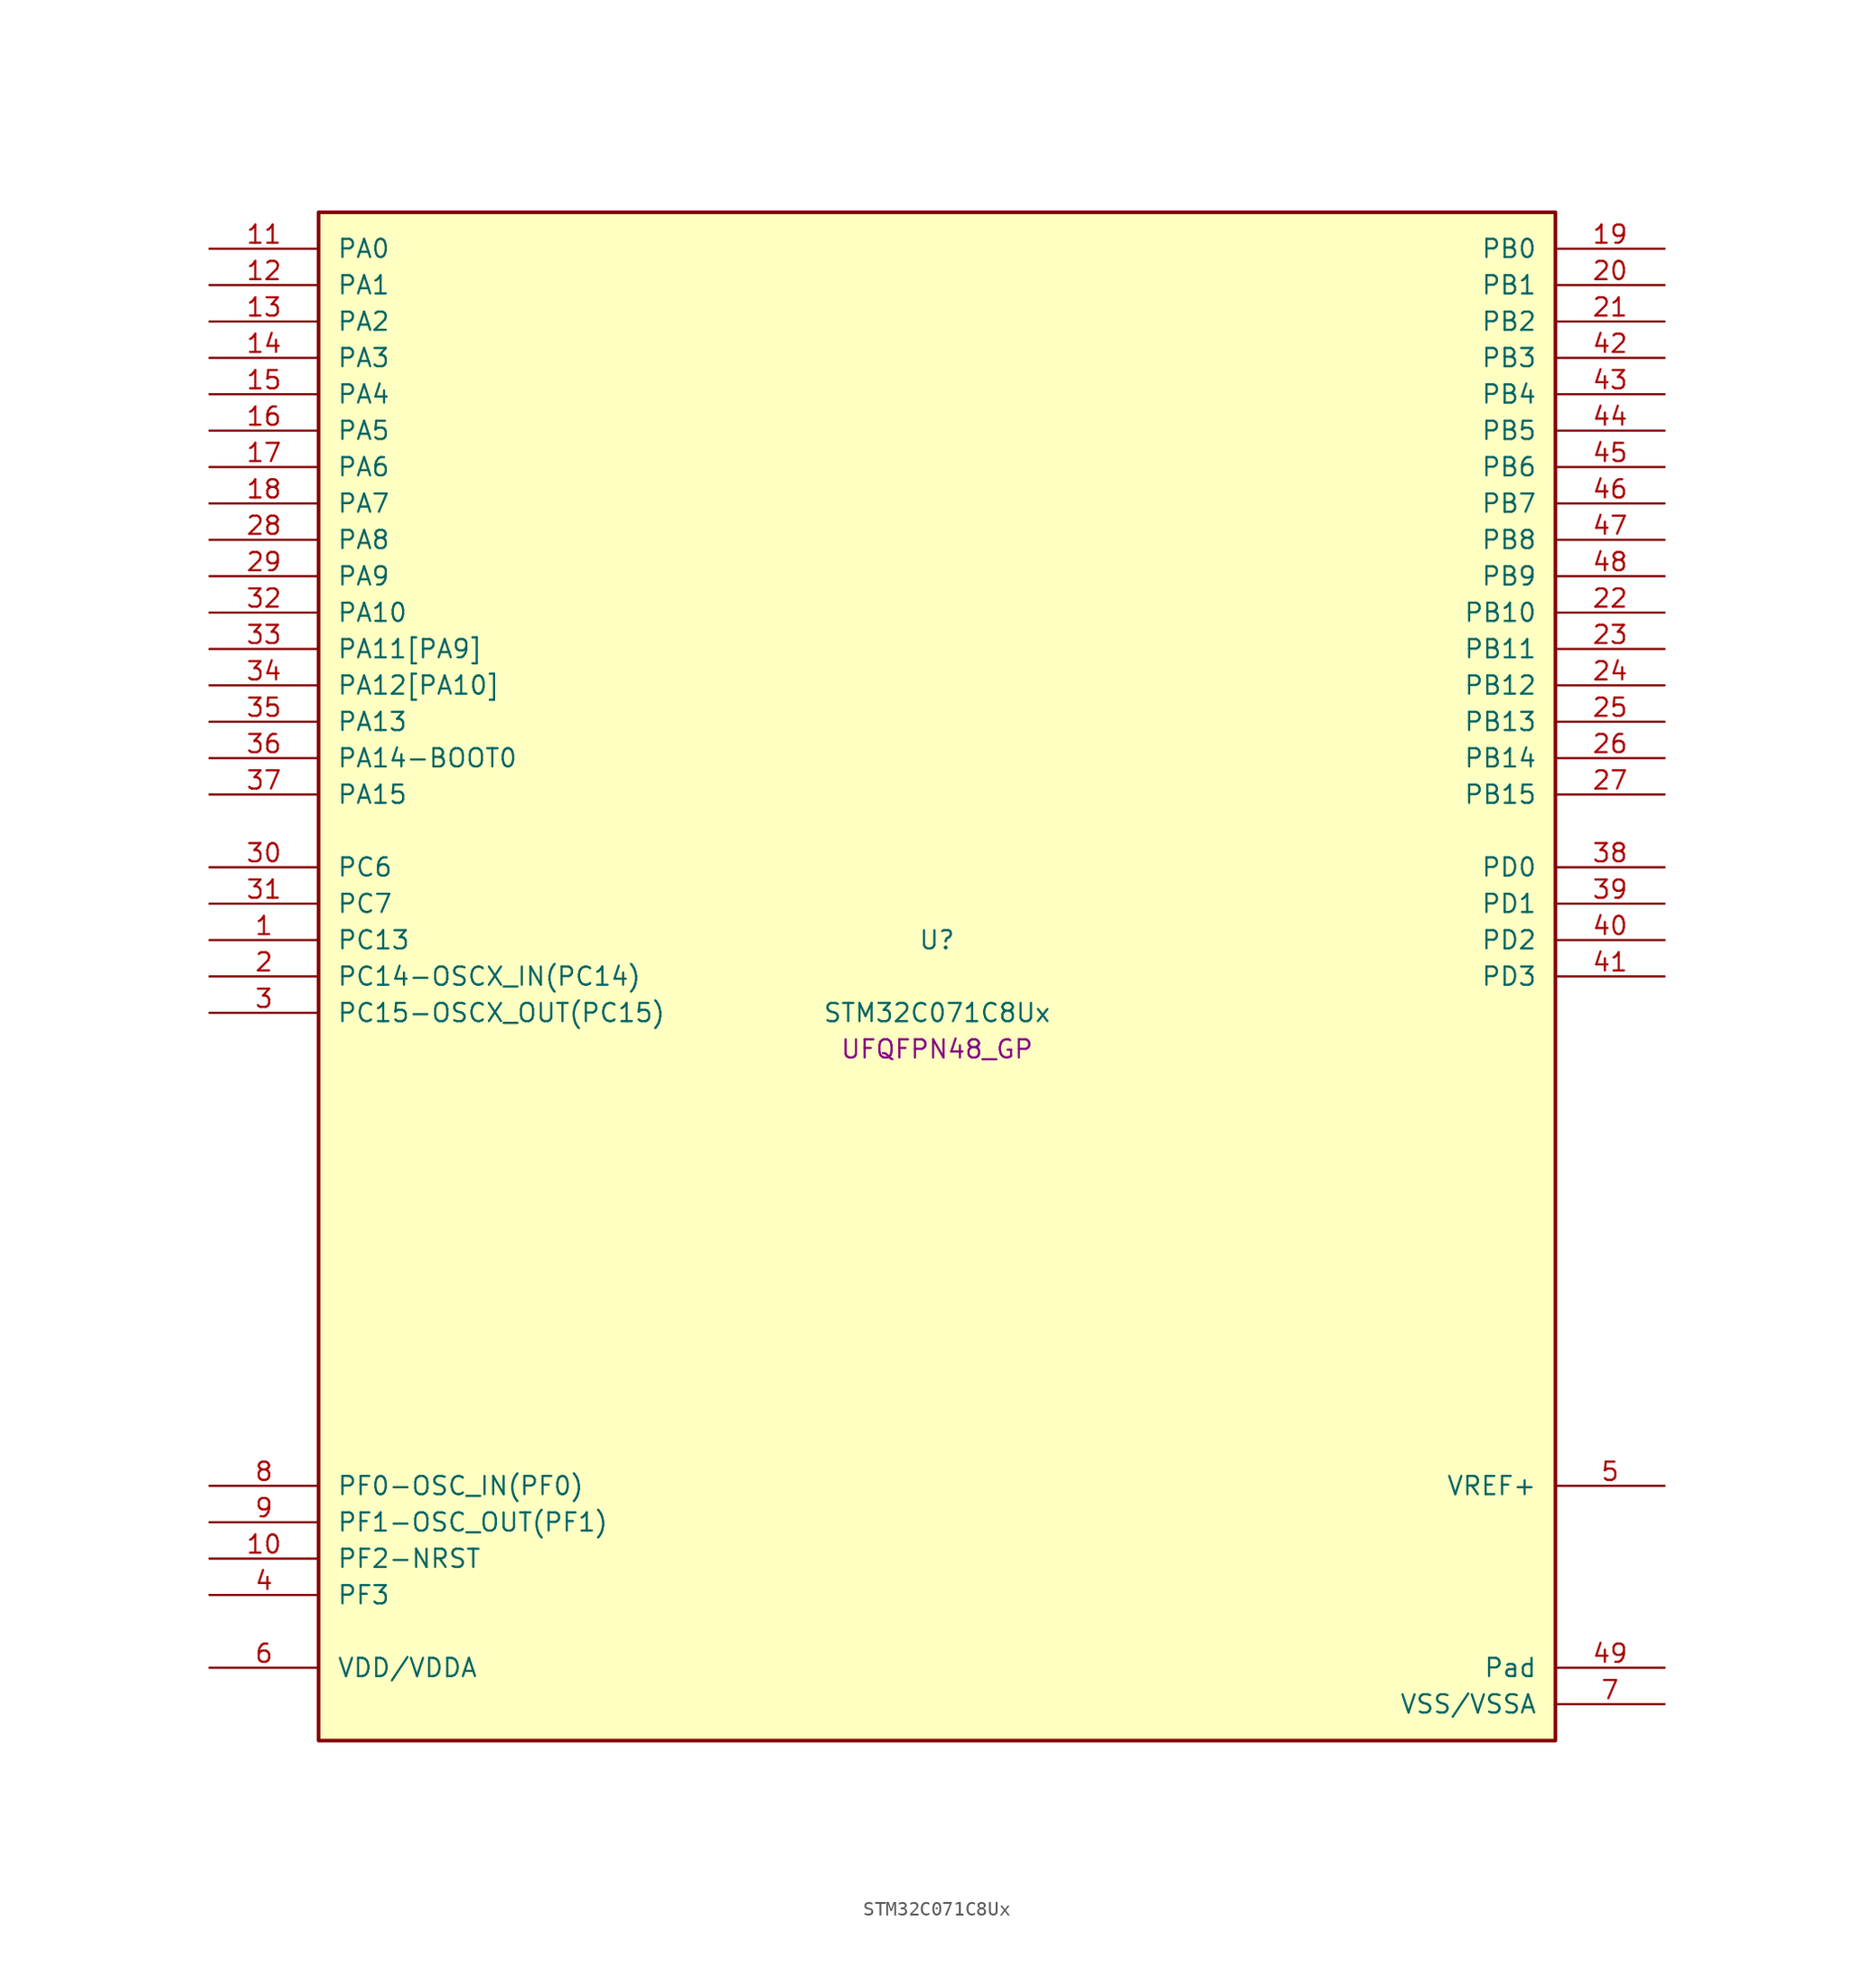
<source format=kicad_sym>
(kicad_symbol_lib
  (version 20241209)
  (generator "stm32_pkl_generator")
  (generator_version "1.0")
  (symbol "STM32C071C8Ux"
    (pin_names
      (offset 1.27))
    (property "Reference" "U"
      (at 0 2.54 0))
    (property "Value" "STM32C071C8Ux"
      (at 0 -2.54 0))
    (property "Footprint" "UFQFPN48_GP"
      (at 0 -5.08 0))
    (symbol "STM32C071C8Ux_1_1"
      (rectangle (start -43.18 53.34) (end 43.18 -53.34) (stroke (width 0.254) (type solid)) (fill (type background)))
      (pin bidirectional line (at -50.8 50.8 0) (length 7.62) (name "PA0") (number "11") (alternate "PA0/ADC1_IN0" bidirectional line) (alternate "PA0/PWR_WKUP1" bidirectional line) (alternate "PA0/SPI2_SCK" bidirectional line) (alternate "PA0/TIM16_CH1" bidirectional line) (alternate "PA0/TIM1_CH1" bidirectional line) (alternate "PA0/TIM2_CH1" bidirectional line) (alternate "PA0/TIM2_ETR" bidirectional line) (alternate "PA0/USART1_TX" bidirectional line) (alternate "PA0/USART2_CTS" bidirectional line) (alternate "PA0/USART2_NSS" bidirectional line))
      (pin bidirectional line (at -50.8 48.26 0) (length 7.62) (name "PA1") (number "12") (alternate "PA1/ADC1_IN1" bidirectional line) (alternate "PA1/I2C1_SMBA" bidirectional line) (alternate "PA1/I2S1_CK" bidirectional line) (alternate "PA1/SPI1_SCK" bidirectional line) (alternate "PA1/TIM17_CH1" bidirectional line) (alternate "PA1/TIM1_CH2" bidirectional line) (alternate "PA1/TIM2_CH2" bidirectional line) (alternate "PA1/USART1_RX" bidirectional line) (alternate "PA1/USART2_CK" bidirectional line) (alternate "PA1/USART2_DE" bidirectional line) (alternate "PA1/USART2_RTS" bidirectional line))
      (pin bidirectional line (at -50.8 45.72 0) (length 7.62) (name "PA2") (number "13") (alternate "PA2/ADC1_IN2" bidirectional line) (alternate "PA2/I2S1_SD" bidirectional line) (alternate "PA2/PWR_WKUP4" bidirectional line) (alternate "PA2/RCC_LSCO" bidirectional line) (alternate "PA2/SPI1_MOSI" bidirectional line) (alternate "PA2/TIM16_CH1N" bidirectional line) (alternate "PA2/TIM1_CH3" bidirectional line) (alternate "PA2/TIM2_CH3" bidirectional line) (alternate "PA2/TIM3_ETR" bidirectional line) (alternate "PA2/USART2_TX" bidirectional line))
      (pin bidirectional line (at -50.8 43.18 0) (length 7.62) (name "PA3") (number "14") (alternate "PA3/ADC1_IN3" bidirectional line) (alternate "PA3/SPI2_MISO" bidirectional line) (alternate "PA3/TIM1_CH1N" bidirectional line) (alternate "PA3/TIM1_CH4" bidirectional line) (alternate "PA3/TIM2_CH4" bidirectional line) (alternate "PA3/USART2_RX" bidirectional line))
      (pin bidirectional line (at -50.8 40.64 0) (length 7.62) (name "PA4") (number "15") (alternate "PA4/ADC1_IN4" bidirectional line) (alternate "PA4/I2S1_WS" bidirectional line) (alternate "PA4/RTC_OUT2" bidirectional line) (alternate "PA4/SPI1_NSS" bidirectional line) (alternate "PA4/SPI2_MOSI" bidirectional line) (alternate "PA4/TIM14_CH1" bidirectional line) (alternate "PA4/TIM17_CH1N" bidirectional line) (alternate "PA4/TIM1_CH2N" bidirectional line) (alternate "PA4/USART2_TX" bidirectional line) (alternate "PA4/USB_NOE" bidirectional line))
      (pin bidirectional line (at -50.8 38.1 0) (length 7.62) (name "PA5") (number "16") (alternate "PA5/ADC1_IN5" bidirectional line) (alternate "PA5/I2S1_CK" bidirectional line) (alternate "PA5/SPI1_SCK" bidirectional line) (alternate "PA5/TIM1_CH1" bidirectional line) (alternate "PA5/TIM1_CH3N" bidirectional line) (alternate "PA5/TIM2_CH1" bidirectional line) (alternate "PA5/TIM2_ETR" bidirectional line) (alternate "PA5/USART2_RX" bidirectional line))
      (pin bidirectional line (at -50.8 35.56 0) (length 7.62) (name "PA6") (number "17") (alternate "PA6/ADC1_IN6" bidirectional line) (alternate "PA6/I2C2_SDA" bidirectional line) (alternate "PA6/I2S1_MCK" bidirectional line) (alternate "PA6/SPI1_MISO" bidirectional line) (alternate "PA6/TIM16_CH1" bidirectional line) (alternate "PA6/TIM1_BKIN" bidirectional line) (alternate "PA6/TIM3_CH1" bidirectional line))
      (pin bidirectional line (at -50.8 33.02 0) (length 7.62) (name "PA7") (number "18") (alternate "PA7/ADC1_IN7" bidirectional line) (alternate "PA7/I2C2_SCL" bidirectional line) (alternate "PA7/I2S1_SD" bidirectional line) (alternate "PA7/SPI1_MOSI" bidirectional line) (alternate "PA7/TIM14_CH1" bidirectional line) (alternate "PA7/TIM17_CH1" bidirectional line) (alternate "PA7/TIM1_CH1N" bidirectional line) (alternate "PA7/TIM3_CH2" bidirectional line))
      (pin bidirectional line (at -50.8 30.48 0) (length 7.62) (name "PA8") (number "28") (alternate "PA8/ADC1_IN8" bidirectional line) (alternate "PA8/CRS_SYNC" bidirectional line) (alternate "PA8/I2S1_WS" bidirectional line) (alternate "PA8/RCC_MCO" bidirectional line) (alternate "PA8/RCC_MCO_2" bidirectional line) (alternate "PA8/SPI1_NSS" bidirectional line) (alternate "PA8/SPI2_MISO" bidirectional line) (alternate "PA8/SPI2_NSS" bidirectional line) (alternate "PA8/TIM14_CH1" bidirectional line) (alternate "PA8/TIM1_CH1" bidirectional line) (alternate "PA8/TIM1_CH2N" bidirectional line) (alternate "PA8/TIM1_CH3N" bidirectional line) (alternate "PA8/TIM3_CH3" bidirectional line) (alternate "PA8/TIM3_CH4" bidirectional line) (alternate "PA8/USART1_RX" bidirectional line) (alternate "PA8/USART2_TX" bidirectional line))
      (pin bidirectional line (at -50.8 27.94 0) (length 7.62) (name "PA9") (number "29") (alternate "PA9/I2C1_SCL" bidirectional line) (alternate "PA9/I2C2_SCL" bidirectional line) (alternate "PA9/RCC_MCO" bidirectional line) (alternate "PA9/SPI2_MISO" bidirectional line) (alternate "PA9/TIM1_CH2" bidirectional line) (alternate "PA9/TIM3_ETR" bidirectional line) (alternate "PA9/USART1_TX" bidirectional line) (alternate "PA9/NC" bidirectional line))
      (pin bidirectional line (at -50.8 25.4 0) (length 7.62) (name "PA10") (number "32") (alternate "PA10/I2C1_SDA" bidirectional line) (alternate "PA10/I2C2_SDA" bidirectional line) (alternate "PA10/RCC_MCO_2" bidirectional line) (alternate "PA10/SPI2_MOSI" bidirectional line) (alternate "PA10/TIM17_BKIN" bidirectional line) (alternate "PA10/TIM1_CH3" bidirectional line) (alternate "PA10/USART1_RX" bidirectional line) (alternate "PA10/NC" bidirectional line))
      (pin bidirectional line (at -50.8 22.86 0) (length 7.62) (name "PA11[PA9]") (number "33") (alternate "PA11[PA9]/ADC1_EXTI11" bidirectional line) (alternate "PA11[PA9]/I2C2_SCL" bidirectional line) (alternate "PA11[PA9]/I2S1_MCK" bidirectional line) (alternate "PA11[PA9]/SPI1_MISO" bidirectional line) (alternate "PA11[PA9]/TIM1_BKIN2" bidirectional line) (alternate "PA11[PA9]/TIM1_CH4" bidirectional line) (alternate "PA11[PA9]/USART1_CTS" bidirectional line) (alternate "PA11[PA9]/USART1_NSS" bidirectional line) (alternate "PA11[PA9]/USB_DM" bidirectional line) (alternate "PA11[PA9]/PA9[PA11]" bidirectional line) (alternate "PA11[PA9]/I2C1_SCL" bidirectional line) (alternate "PA11[PA9]/RCC_MCO" bidirectional line) (alternate "PA11[PA9]/SPI2_MISO" bidirectional line) (alternate "PA11[PA9]/TIM1_CH2" bidirectional line) (alternate "PA11[PA9]/TIM3_ETR" bidirectional line) (alternate "PA11[PA9]/USART1_TX" bidirectional line))
      (pin bidirectional line (at -50.8 20.32 0) (length 7.62) (name "PA12[PA10]") (number "34") (alternate "PA12[PA10]/I2C2_SDA" bidirectional line) (alternate "PA12[PA10]/I2S1_SD" bidirectional line) (alternate "PA12[PA10]/I2S_CKIN" bidirectional line) (alternate "PA12[PA10]/SPI1_MOSI" bidirectional line) (alternate "PA12[PA10]/TIM1_ETR" bidirectional line) (alternate "PA12[PA10]/USART1_CK" bidirectional line) (alternate "PA12[PA10]/USART1_DE" bidirectional line) (alternate "PA12[PA10]/USART1_RTS" bidirectional line) (alternate "PA12[PA10]/USB_DP" bidirectional line) (alternate "PA12[PA10]/PA10[PA12]" bidirectional line) (alternate "PA12[PA10]/I2C1_SDA" bidirectional line) (alternate "PA12[PA10]/RCC_MCO_2" bidirectional line) (alternate "PA12[PA10]/SPI2_MOSI" bidirectional line) (alternate "PA12[PA10]/TIM17_BKIN" bidirectional line) (alternate "PA12[PA10]/TIM1_CH3" bidirectional line) (alternate "PA12[PA10]/USART1_RX" bidirectional line))
      (pin bidirectional line (at -50.8 17.78 0) (length 7.62) (name "PA13") (number "35") (alternate "PA13/ADC1_IN13" bidirectional line) (alternate "PA13/DEBUG_SWDIO" bidirectional line) (alternate "PA13/IR_OUT" bidirectional line) (alternate "PA13/TIM3_ETR" bidirectional line) (alternate "PA13/USART2_RX" bidirectional line) (alternate "PA13/USB_NOE" bidirectional line))
      (pin bidirectional line (at -50.8 15.24 0) (length 7.62) (name "PA14-BOOT0") (number "36") (alternate "PA14-BOOT0/ADC1_IN14" bidirectional line) (alternate "PA14-BOOT0/DEBUG_SWCLK" bidirectional line) (alternate "PA14-BOOT0/I2S1_WS" bidirectional line) (alternate "PA14-BOOT0/RCC_MCO_2" bidirectional line) (alternate "PA14-BOOT0/SPI1_NSS" bidirectional line) (alternate "PA14-BOOT0/TIM1_CH1" bidirectional line) (alternate "PA14-BOOT0/USART1_CK" bidirectional line) (alternate "PA14-BOOT0/USART1_DE" bidirectional line) (alternate "PA14-BOOT0/USART1_RTS" bidirectional line) (alternate "PA14-BOOT0/USART2_RX" bidirectional line) (alternate "PA14-BOOT0/USART2_TX" bidirectional line))
      (pin bidirectional line (at -50.8 12.7 0) (length 7.62) (name "PA15") (number "37") (alternate "PA15/I2S1_WS" bidirectional line) (alternate "PA15/RCC_MCO_2" bidirectional line) (alternate "PA15/SPI1_NSS" bidirectional line) (alternate "PA15/TIM1_CH1" bidirectional line) (alternate "PA15/TIM2_CH1" bidirectional line) (alternate "PA15/TIM2_ETR" bidirectional line) (alternate "PA15/USART1_CK" bidirectional line) (alternate "PA15/USART1_DE" bidirectional line) (alternate "PA15/USART1_RTS" bidirectional line) (alternate "PA15/USART2_RX" bidirectional line) (alternate "PA15/USB_NOE" bidirectional line))
      (pin bidirectional line (at 50.8 50.8 180) (length 7.62) (name "PB0") (number "19") (alternate "PB0/ADC1_IN17" bidirectional line) (alternate "PB0/I2S1_WS" bidirectional line) (alternate "PB0/SPI1_NSS" bidirectional line) (alternate "PB0/TIM1_CH2N" bidirectional line) (alternate "PB0/TIM3_CH3" bidirectional line))
      (pin bidirectional line (at 50.8 48.26 180) (length 7.62) (name "PB1") (number "20") (alternate "PB1/ADC1_IN18" bidirectional line) (alternate "PB1/TIM14_CH1" bidirectional line) (alternate "PB1/TIM1_CH2N" bidirectional line) (alternate "PB1/TIM1_CH3N" bidirectional line) (alternate "PB1/TIM3_CH4" bidirectional line))
      (pin bidirectional line (at 50.8 45.72 180) (length 7.62) (name "PB2") (number "21") (alternate "PB2/ADC1_IN19" bidirectional line) (alternate "PB2/RCC_MCO_2" bidirectional line) (alternate "PB2/SPI2_MISO" bidirectional line) (alternate "PB2/USART1_RX" bidirectional line))
      (pin bidirectional line (at 50.8 43.18 180) (length 7.62) (name "PB3") (number "42") (alternate "PB3/I2C2_SCL" bidirectional line) (alternate "PB3/I2S1_CK" bidirectional line) (alternate "PB3/SPI1_SCK" bidirectional line) (alternate "PB3/TIM1_CH2" bidirectional line) (alternate "PB3/TIM2_CH2" bidirectional line) (alternate "PB3/TIM3_CH2" bidirectional line) (alternate "PB3/USART1_CK" bidirectional line) (alternate "PB3/USART1_DE" bidirectional line) (alternate "PB3/USART1_RTS" bidirectional line))
      (pin bidirectional line (at 50.8 40.64 180) (length 7.62) (name "PB4") (number "43") (alternate "PB4/I2C2_SDA" bidirectional line) (alternate "PB4/I2S1_MCK" bidirectional line) (alternate "PB4/SPI1_MISO" bidirectional line) (alternate "PB4/TIM17_BKIN" bidirectional line) (alternate "PB4/TIM3_CH1" bidirectional line) (alternate "PB4/USART1_CTS" bidirectional line) (alternate "PB4/USART1_NSS" bidirectional line))
      (pin bidirectional line (at 50.8 38.1 180) (length 7.62) (name "PB5") (number "44") (alternate "PB5/I2C1_SMBA" bidirectional line) (alternate "PB5/I2S1_SD" bidirectional line) (alternate "PB5/PWR_WKUP6" bidirectional line) (alternate "PB5/SPI1_MOSI" bidirectional line) (alternate "PB5/TIM16_BKIN" bidirectional line) (alternate "PB5/TIM3_CH2" bidirectional line) (alternate "PB5/TIM3_CH3" bidirectional line))
      (pin bidirectional line (at 50.8 35.56 180) (length 7.62) (name "PB6") (number "45") (alternate "PB6/I2C1_SCL" bidirectional line) (alternate "PB6/I2C1_SMBA" bidirectional line) (alternate "PB6/I2S1_CK" bidirectional line) (alternate "PB6/I2S1_MCK" bidirectional line) (alternate "PB6/I2S1_SD" bidirectional line) (alternate "PB6/PWR_WKUP3" bidirectional line) (alternate "PB6/SPI1_MISO" bidirectional line) (alternate "PB6/SPI1_MOSI" bidirectional line) (alternate "PB6/SPI1_SCK" bidirectional line) (alternate "PB6/SPI2_MISO" bidirectional line) (alternate "PB6/TIM16_BKIN" bidirectional line) (alternate "PB6/TIM16_CH1N" bidirectional line) (alternate "PB6/TIM17_BKIN" bidirectional line) (alternate "PB6/TIM1_CH2" bidirectional line) (alternate "PB6/TIM1_CH3" bidirectional line) (alternate "PB6/TIM3_CH1" bidirectional line) (alternate "PB6/TIM3_CH2" bidirectional line) (alternate "PB6/TIM3_CH3" bidirectional line) (alternate "PB6/USART1_CTS" bidirectional line) (alternate "PB6/USART1_NSS" bidirectional line) (alternate "PB6/USART1_TX" bidirectional line))
      (pin bidirectional line (at 50.8 33.02 180) (length 7.62) (name "PB7") (number "46") (alternate "PB7/I2C1_SCL" bidirectional line) (alternate "PB7/I2C1_SDA" bidirectional line) (alternate "PB7/SPI2_MOSI" bidirectional line) (alternate "PB7/TIM16_CH1" bidirectional line) (alternate "PB7/TIM17_CH1N" bidirectional line) (alternate "PB7/TIM1_CH4" bidirectional line) (alternate "PB7/TIM3_CH1" bidirectional line) (alternate "PB7/TIM3_CH4" bidirectional line) (alternate "PB7/USART1_RX" bidirectional line) (alternate "PB7/USART2_CTS" bidirectional line) (alternate "PB7/USART2_NSS" bidirectional line))
      (pin bidirectional line (at 50.8 30.48 180) (length 7.62) (name "PB8") (number "47") (alternate "PB8/I2C1_SCL" bidirectional line) (alternate "PB8/SPI2_SCK" bidirectional line) (alternate "PB8/TIM16_CH1" bidirectional line) (alternate "PB8/TIM3_CH1" bidirectional line) (alternate "PB8/USART2_CTS" bidirectional line) (alternate "PB8/USART2_NSS" bidirectional line))
      (pin bidirectional line (at 50.8 27.94 180) (length 7.62) (name "PB9") (number "48") (alternate "PB9/I2C1_SDA" bidirectional line) (alternate "PB9/IR_OUT" bidirectional line) (alternate "PB9/SPI2_NSS" bidirectional line) (alternate "PB9/TIM17_CH1" bidirectional line) (alternate "PB9/TIM3_CH2" bidirectional line) (alternate "PB9/USART2_CK" bidirectional line) (alternate "PB9/USART2_DE" bidirectional line) (alternate "PB9/USART2_RTS" bidirectional line))
      (pin bidirectional line (at 50.8 25.4 180) (length 7.62) (name "PB10") (number "22") (alternate "PB10/ADC1_IN20" bidirectional line) (alternate "PB10/I2C2_SCL" bidirectional line) (alternate "PB10/SPI2_SCK" bidirectional line) (alternate "PB10/TIM2_CH3" bidirectional line))
      (pin bidirectional line (at 50.8 22.86 180) (length 7.62) (name "PB11") (number "23") (alternate "PB11/ADC1_EXTI11" bidirectional line) (alternate "PB11/ADC1_IN21" bidirectional line) (alternate "PB11/I2C2_SDA" bidirectional line) (alternate "PB11/SPI2_MOSI" bidirectional line) (alternate "PB11/TIM2_CH4" bidirectional line))
      (pin bidirectional line (at 50.8 20.32 180) (length 7.62) (name "PB12") (number "24") (alternate "PB12/ADC1_IN22" bidirectional line) (alternate "PB12/SPI2_NSS" bidirectional line) (alternate "PB12/TIM1_BKIN" bidirectional line) (alternate "PB12/TIM1_BKIN2" bidirectional line))
      (pin bidirectional line (at 50.8 17.78 180) (length 7.62) (name "PB13") (number "25") (alternate "PB13/I2C2_SCL" bidirectional line) (alternate "PB13/SPI2_SCK" bidirectional line) (alternate "PB13/TIM1_CH1N" bidirectional line))
      (pin bidirectional line (at 50.8 15.24 180) (length 7.62) (name "PB14") (number "26") (alternate "PB14/I2C2_SDA" bidirectional line) (alternate "PB14/SPI2_MISO" bidirectional line) (alternate "PB14/TIM1_CH2N" bidirectional line))
      (pin bidirectional line (at 50.8 12.7 180) (length 7.62) (name "PB15") (number "27") (alternate "PB15/RTC_REFIN" bidirectional line) (alternate "PB15/SPI2_MOSI" bidirectional line) (alternate "PB15/TIM1_CH3N" bidirectional line))
      (pin bidirectional line (at -50.8 7.62 0) (length 7.62) (name "PC6") (number "30") (alternate "PC6/TIM2_CH3" bidirectional line) (alternate "PC6/TIM3_CH1" bidirectional line))
      (pin bidirectional line (at -50.8 5.08 0) (length 7.62) (name "PC7") (number "31") (alternate "PC7/TIM2_CH4" bidirectional line) (alternate "PC7/TIM3_CH2" bidirectional line))
      (pin bidirectional line (at -50.8 2.54 0) (length 7.62) (name "PC13") (number "1") (alternate "PC13/PWR_WKUP2" bidirectional line) (alternate "PC13/RTC_OUT1" bidirectional line) (alternate "PC13/RTC_TS" bidirectional line) (alternate "PC13/TIM1_BKIN" bidirectional line) (alternate "PC13/TIM1_ETR" bidirectional line))
      (pin bidirectional line (at -50.8 0 0) (length 7.62) (name "PC14-OSCX_IN(PC14)") (number "2") (alternate "PC14-OSCX_IN(PC14)/I2C1_SDA" bidirectional line) (alternate "PC14-OSCX_IN(PC14)/IR_OUT" bidirectional line) (alternate "PC14-OSCX_IN(PC14)/RCC_OSCX_IN" bidirectional line) (alternate "PC14-OSCX_IN(PC14)/SPI2_NSS" bidirectional line) (alternate "PC14-OSCX_IN(PC14)/TIM17_CH1" bidirectional line) (alternate "PC14-OSCX_IN(PC14)/TIM1_BKIN2" bidirectional line) (alternate "PC14-OSCX_IN(PC14)/TIM1_ETR" bidirectional line) (alternate "PC14-OSCX_IN(PC14)/TIM3_CH2" bidirectional line) (alternate "PC14-OSCX_IN(PC14)/USART1_TX" bidirectional line) (alternate "PC14-OSCX_IN(PC14)/USART2_CK" bidirectional line) (alternate "PC14-OSCX_IN(PC14)/USART2_DE" bidirectional line) (alternate "PC14-OSCX_IN(PC14)/USART2_RTS" bidirectional line))
      (pin bidirectional line (at -50.8 -2.54 0) (length 7.62) (name "PC15-OSCX_OUT(PC15)") (number "3") (alternate "PC15-OSCX_OUT(PC15)/RCC_OSC32_EN" bidirectional line) (alternate "PC15-OSCX_OUT(PC15)/RCC_OSCX_OUT" bidirectional line) (alternate "PC15-OSCX_OUT(PC15)/RCC_OSC_EN" bidirectional line) (alternate "PC15-OSCX_OUT(PC15)/TIM1_ETR" bidirectional line) (alternate "PC15-OSCX_OUT(PC15)/TIM3_CH3" bidirectional line))
      (pin bidirectional line (at 50.8 7.62 180) (length 7.62) (name "PD0") (number "38") (alternate "PD0/SPI2_NSS" bidirectional line) (alternate "PD0/TIM16_CH1" bidirectional line))
      (pin bidirectional line (at 50.8 5.08 180) (length 7.62) (name "PD1") (number "39") (alternate "PD1/SPI2_SCK" bidirectional line) (alternate "PD1/TIM17_CH1" bidirectional line))
      (pin bidirectional line (at 50.8 2.54 180) (length 7.62) (name "PD2") (number "40") (alternate "PD2/TIM1_CH1N" bidirectional line) (alternate "PD2/TIM3_ETR" bidirectional line))
      (pin bidirectional line (at 50.8 0 180) (length 7.62) (name "PD3") (number "41") (alternate "PD3/SPI2_MISO" bidirectional line) (alternate "PD3/TIM1_CH2N" bidirectional line) (alternate "PD3/USART2_CTS" bidirectional line) (alternate "PD3/USART2_NSS" bidirectional line))
      (pin bidirectional line (at -50.8 -35.56 0) (length 7.62) (name "PF0-OSC_IN(PF0)") (number "8") (alternate "PF0-OSC_IN(PF0)/CRS_SYNC" bidirectional line) (alternate "PF0-OSC_IN(PF0)/RCC_OSC_IN" bidirectional line) (alternate "PF0-OSC_IN(PF0)/TIM14_CH1" bidirectional line))
      (pin bidirectional line (at -50.8 -38.1 0) (length 7.62) (name "PF1-OSC_OUT(PF1)") (number "9") (alternate "PF1-OSC_OUT(PF1)/RCC_OSC_EN" bidirectional line) (alternate "PF1-OSC_OUT(PF1)/RCC_OSC_OUT" bidirectional line))
      (pin bidirectional line (at -50.8 -40.64 0) (length 7.62) (name "PF2-NRST") (number "10") (alternate "PF2-NRST/RCC_MCO" bidirectional line) (alternate "PF2-NRST/TIM1_CH4" bidirectional line))
      (pin bidirectional line (at -50.8 -43.18 0) (length 7.62) (name "PF3") (number "4"))
      (pin bidirectional line (at 50.8 -35.56 180) (length 7.62) (name "VREF+") (number "5"))
      (pin power_in line (at -50.8 -48.26 0) (length 7.62) (name "VDD/VDDA") (number "6"))
      (pin passive line (at 50.8 -48.26 180) (length 7.62) (name "Pad") (number "49"))
      (pin power_in line (at 50.8 -50.8 180) (length 7.62) (name "VSS/VSSA") (number "7")))))
</source>
